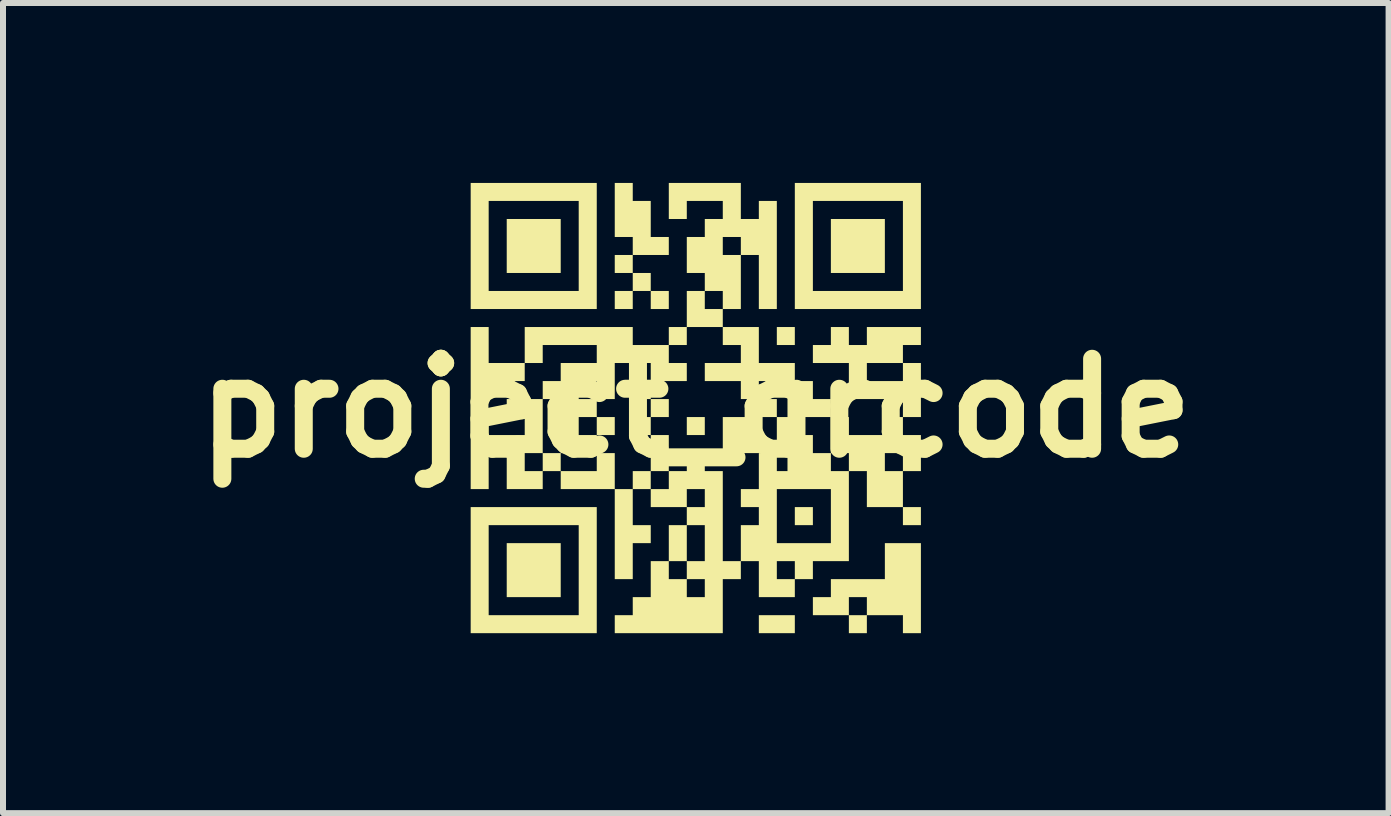
<source format=kicad_pcb>
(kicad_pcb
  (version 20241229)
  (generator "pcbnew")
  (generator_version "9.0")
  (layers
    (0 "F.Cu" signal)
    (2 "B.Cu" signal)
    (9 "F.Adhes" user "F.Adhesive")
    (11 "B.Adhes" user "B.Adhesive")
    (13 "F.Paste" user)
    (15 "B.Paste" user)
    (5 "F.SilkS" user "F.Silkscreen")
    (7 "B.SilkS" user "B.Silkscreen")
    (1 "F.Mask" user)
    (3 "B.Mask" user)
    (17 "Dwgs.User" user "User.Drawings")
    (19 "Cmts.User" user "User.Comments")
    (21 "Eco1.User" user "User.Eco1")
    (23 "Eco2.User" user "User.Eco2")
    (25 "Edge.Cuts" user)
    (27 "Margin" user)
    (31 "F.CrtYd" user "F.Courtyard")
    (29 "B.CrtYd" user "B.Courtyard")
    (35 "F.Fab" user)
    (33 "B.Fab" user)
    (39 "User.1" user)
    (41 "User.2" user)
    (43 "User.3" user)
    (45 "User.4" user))
  (footprint "project_qrcode"
    (layer "F.Cu")
    (at 8.55 3.753)
    (property "Reference" "project_qrcode" (at 0 0 0) (layer "F.SilkS") (effects (font (size 1.5 1.5) (thickness 0.3))))
    (attr board_only exclude_from_pos_files exclude_from_bom)
    (fp_poly (pts (xy -2.252 -2.702) (xy -2.252 -2.252) (xy -2.702 -2.252) (xy -3.152 -2.252) (xy -3.152 -2.702) (xy -3.152 -3.152) (xy -2.702 -3.152) (xy -2.252 -3.152)) (stroke (width 0) (type solid)) (fill yes) (layer "F.SilkS"))
    (fp_poly (pts (xy -2.252 2.702) (xy -2.252 3.152) (xy -2.702 3.152) (xy -3.152 3.152) (xy -3.152 2.702) (xy -3.152 2.252) (xy -2.702 2.252) (xy -2.252 2.252)) (stroke (width 0) (type solid)) (fill yes) (layer "F.SilkS"))
    (fp_poly (pts (xy -1.351 0.3) (xy -1.351 0.45) (xy -1.501 0.45) (xy -1.651 0.45) (xy -1.651 0.3) (xy -1.651 0.15) (xy -1.501 0.15) (xy -1.351 0.15)) (stroke (width 0) (type solid)) (fill yes) (layer "F.SilkS"))
    (fp_poly (pts (xy -0.751 -0.3) (xy -0.751 -0.15) (xy -0.901 -0.15) (xy -1.051 -0.15) (xy -1.051 -0.3) (xy -1.051 -0.45) (xy -0.901 -0.45) (xy -0.751 -0.45)) (stroke (width 0) (type solid)) (fill yes) (layer "F.SilkS"))
    (fp_poly (pts (xy -0.45 -1.801) (xy -0.45 -1.651) (xy -0.6 -1.651) (xy -0.751 -1.651) (xy -0.751 -1.801) (xy -0.751 -1.952) (xy -0.6 -1.952) (xy -0.45 -1.952)) (stroke (width 0) (type solid)) (fill yes) (layer "F.SilkS"))
    (fp_poly (pts (xy -0.45 0.751) (xy -0.45 1.051) (xy -0.6 1.051) (xy -0.751 1.051) (xy -0.751 0.751) (xy -0.751 0.45) (xy -0.6 0.45) (xy -0.45 0.45)) (stroke (width 0) (type solid)) (fill yes) (layer "F.SilkS"))
    (fp_poly (pts (xy 0.15 0.3) (xy 0.15 0.45) (xy 0 0.45) (xy -0.15 0.45) (xy -0.15 0.3) (xy -0.15 0.15) (xy 0 0.15) (xy 0.15 0.15)) (stroke (width 0) (type solid)) (fill yes) (layer "F.SilkS"))
    (fp_poly (pts (xy 1.651 -1.201) (xy 1.651 -1.051) (xy 1.501 -1.051) (xy 1.351 -1.051) (xy 1.351 -1.201) (xy 1.351 -1.351) (xy 1.501 -1.351) (xy 1.651 -1.351)) (stroke (width 0) (type solid)) (fill yes) (layer "F.SilkS"))
    (fp_poly (pts (xy 1.651 3.603) (xy 1.651 3.753) (xy 1.351 3.753) (xy 1.051 3.753) (xy 1.051 3.603) (xy 1.051 3.453) (xy 1.351 3.453) (xy 1.651 3.453)) (stroke (width 0) (type solid)) (fill yes) (layer "F.SilkS"))
    (fp_poly (pts (xy 1.952 1.801) (xy 1.952 1.952) (xy 1.801 1.952) (xy 1.651 1.952) (xy 1.651 1.801) (xy 1.651 1.651) (xy 1.801 1.651) (xy 1.952 1.651)) (stroke (width 0) (type solid)) (fill yes) (layer "F.SilkS"))
    (fp_poly (pts (xy 3.152 -2.702) (xy 3.152 -2.252) (xy 2.702 -2.252) (xy 2.252 -2.252) (xy 2.252 -2.702) (xy 2.252 -3.152) (xy 2.702 -3.152) (xy 3.152 -3.152)) (stroke (width 0) (type solid)) (fill yes) (layer "F.SilkS"))
    (fp_poly (pts (xy 3.753 1.801) (xy 3.753 1.952) (xy 3.603 1.952) (xy 3.453 1.952) (xy 3.453 1.801) (xy 3.453 1.651) (xy 3.603 1.651) (xy 3.753 1.651)) (stroke (width 0) (type solid)) (fill yes) (layer "F.SilkS"))
    (fp_poly (pts (xy -0.751 -2.102) (xy -0.751 -1.952) (xy -0.901 -1.952) (xy -1.051 -1.952) (xy -1.051 -1.801) (xy -1.051 -1.651) (xy -1.201 -1.651) (xy -1.351 -1.651) (xy -1.351 -1.801) (xy -1.351 -1.952) (xy -1.201 -1.952) (xy -1.051 -1.952) (xy -1.051 -2.102) (xy -1.051 -2.252) (xy -0.901 -2.252) (xy -0.751 -2.252)) (stroke (width 0) (type solid)) (fill yes) (layer "F.SilkS"))
    (fp_poly (pts (xy -0.45 0) (xy -0.45 0.15) (xy -0.6 0.15) (xy -0.751 0.15) (xy -0.751 0.3) (xy -0.751 0.45) (xy -0.901 0.45) (xy -1.051 0.45) (xy -1.051 0.3) (xy -1.051 0.15) (xy -0.901 0.15) (xy -0.751 0.15) (xy -0.751 0) (xy -0.751 -0.15) (xy -0.6 -0.15) (xy -0.45 -0.15)) (stroke (width 0) (type solid)) (fill yes) (layer "F.SilkS"))
    (fp_poly (pts (xy 1.351 0) (xy 1.351 0.15) (xy 1.201 0.15) (xy 1.051 0.15) (xy 1.051 0.45) (xy 1.051 0.751) (xy 0.751 0.751) (xy 0.45 0.751) (xy 0.45 0.45) (xy 0.45 0.15) (xy 0.751 0.15) (xy 1.051 0.15) (xy 1.051 0) (xy 1.051 -0.15) (xy 1.201 -0.15) (xy 1.351 -0.15)) (stroke (width 0) (type solid)) (fill yes) (layer "F.SilkS"))
    (fp_poly (pts (xy -1.651 -2.702) (xy -1.651 -1.651) (xy -2.702 -1.651) (xy -3.753 -1.651) (xy -3.753 -2.702) (xy -3.453 -2.702) (xy -3.453 -1.952) (xy -2.702 -1.952) (xy -1.952 -1.952) (xy -1.952 -2.702) (xy -1.952 -3.453) (xy -2.702 -3.453) (xy -3.453 -3.453) (xy -3.453 -2.702) (xy -3.753 -2.702) (xy -3.753 -3.753) (xy -2.702 -3.753) (xy -1.651 -3.753)) (stroke (width 0) (type solid)) (fill yes) (layer "F.SilkS"))
    (fp_poly (pts (xy -1.651 2.702) (xy -1.651 3.753) (xy -2.702 3.753) (xy -3.753 3.753) (xy -3.753 2.702) (xy -3.453 2.702) (xy -3.453 3.453) (xy -2.702 3.453) (xy -1.952 3.453) (xy -1.952 2.702) (xy -1.952 1.952) (xy -2.702 1.952) (xy -3.453 1.952) (xy -3.453 2.702) (xy -3.753 2.702) (xy -3.753 1.651) (xy -2.702 1.651) (xy -1.651 1.651)) (stroke (width 0) (type solid)) (fill yes) (layer "F.SilkS"))
    (fp_poly (pts (xy 3.753 -2.702) (xy 3.753 -1.651) (xy 2.702 -1.651) (xy 1.651 -1.651) (xy 1.651 -2.702) (xy 1.952 -2.702) (xy 1.952 -1.952) (xy 2.702 -1.952) (xy 3.453 -1.952) (xy 3.453 -2.702) (xy 3.453 -3.453) (xy 2.702 -3.453) (xy 1.952 -3.453) (xy 1.952 -2.702) (xy 1.651 -2.702) (xy 1.651 -3.753) (xy 2.702 -3.753) (xy 3.753 -3.753)) (stroke (width 0) (type solid)) (fill yes) (layer "F.SilkS"))
    (fp_poly (pts (xy -1.051 -3.603) (xy -1.051 -3.453) (xy -0.901 -3.453) (xy -0.751 -3.453) (xy -0.751 -3.152) (xy -0.751 -2.852) (xy -0.6 -2.852) (xy -0.45 -2.852) (xy -0.45 -2.702) (xy -0.45 -2.552) (xy -0.751 -2.552) (xy -1.051 -2.552) (xy -1.051 -2.402) (xy -1.051 -2.252) (xy -1.201 -2.252) (xy -1.351 -2.252) (xy -1.351 -2.402) (xy -1.351 -2.552) (xy -1.201 -2.552) (xy -1.051 -2.552) (xy -1.051 -2.702) (xy -1.051 -2.852) (xy -1.201 -2.852) (xy -1.351 -2.852) (xy -1.351 -3.303) (xy -1.351 -3.753) (xy -1.201 -3.753) (xy -1.051 -3.753)) (stroke (width 0) (type solid)) (fill yes) (layer "F.SilkS"))
    (fp_poly (pts (xy 0.751 -1.351) (xy 1.051 -1.351) (xy 1.051 -1.051) (xy 1.051 -0.751) (xy 1.351 -0.751) (xy 1.651 -0.751) (xy 1.651 -0.6) (xy 1.651 -0.45) (xy 1.351 -0.45) (xy 1.051 -0.45) (xy 1.051 -0.3) (xy 1.051 -0.15) (xy 0.901 -0.15) (xy 0.751 -0.15) (xy 0.751 -0.3) (xy 0.751 -0.45) (xy 0.45 -0.45) (xy 0.15 -0.45) (xy 0.15 -0.6) (xy 0.15 -0.751) (xy 0.45 -0.751) (xy 0.751 -0.751) (xy 0.751 -0.901) (xy 0.751 -1.051) (xy 0.6 -1.051) (xy 0.45 -1.051) (xy 0.45 -1.201) (xy 0.45 -1.351)) (stroke (width 0) (type solid)) (fill yes) (layer "F.SilkS"))
    (fp_poly (pts (xy 3.753 3.002) (xy 3.753 3.753) (xy 3.603 3.753) (xy 3.453 3.753) (xy 3.453 3.603) (xy 3.453 3.453) (xy 3.152 3.453) (xy 2.852 3.453) (xy 2.852 3.603) (xy 2.852 3.753) (xy 2.702 3.753) (xy 2.552 3.753) (xy 2.552 3.603) (xy 2.552 3.453) (xy 2.252 3.453) (xy 1.952 3.453) (xy 1.952 3.303) (xy 2.552 3.303) (xy 2.552 3.453) (xy 2.702 3.453) (xy 2.852 3.453) (xy 2.852 3.303) (xy 2.852 3.152) (xy 2.702 3.152) (xy 2.552 3.152) (xy 2.552 3.303) (xy 1.952 3.303) (xy 1.952 3.152) (xy 2.102 3.152) (xy 2.252 3.152) (xy 2.252 3.002) (xy 2.252 2.852) (xy 2.702 2.852) (xy 3.152 2.852) (xy 3.152 2.552) (xy 3.152 2.252) (xy 3.453 2.252) (xy 3.753 2.252)) (stroke (width 0) (type solid)) (fill yes) (layer "F.SilkS"))
    (fp_poly (pts (xy 0.751 -3.453) (xy 0.751 -3.152) (xy 0.901 -3.152) (xy 1.051 -3.152) (xy 1.051 -3.303) (xy 1.051 -3.453) (xy 1.201 -3.453) (xy 1.351 -3.453) (xy 1.351 -2.552) (xy 1.351 -1.651) (xy 1.201 -1.651) (xy 1.051 -1.651) (xy 1.051 -2.102) (xy 1.051 -2.552) (xy 0.901 -2.552) (xy 0.751 -2.552) (xy 0.751 -2.102) (xy 0.751 -1.651) (xy 0.6 -1.651) (xy 0.45 -1.651) (xy 0.45 -1.501) (xy 0.45 -1.351) (xy 0.15 -1.351) (xy -0.15 -1.351) (xy -0.15 -1.201) (xy -0.15 -1.051) (xy -0.3 -1.051) (xy -0.45 -1.051) (xy -0.45 -0.901) (xy -0.45 -0.751) (xy -0.3 -0.751) (xy -0.15 -0.751) (xy -0.15 -0.6) (xy -0.15 -0.45) (xy -0.45 -0.45) (xy -0.751 -0.45) (xy -0.751 -0.6) (xy -0.751 -0.751) (xy -1.051 -0.751) (xy -1.351 -0.751) (xy -1.351 -0.45) (xy -1.351 -0.15) (xy -1.501 -0.15) (xy -1.651 -0.15) (xy -1.651 -0.3) (xy -1.651 -0.45) (xy -1.801 -0.45) (xy -1.952 -0.45) (xy -1.952 -0.3) (xy -1.952 -0.15) (xy -1.801 -0.15) (xy -1.651 -0.15) (xy -1.651 0) (xy -1.651 0.15) (xy -1.801 0.15) (xy -1.952 0.15) (xy -1.952 0.3) (xy -1.952 0.45) (xy -1.801 0.45) (xy -1.651 0.45) (xy -1.651 0.6) (xy -1.651 0.751) (xy -1.952 0.751) (xy -2.252 0.751) (xy -2.252 0.3) (xy -2.252 -0.15) (xy -2.402 -0.15) (xy -2.552 -0.15) (xy -2.552 0.3) (xy -2.552 0.751) (xy -2.702 0.751) (xy -2.852 0.751) (xy -2.852 0.901) (xy -2.852 1.051) (xy -2.702 1.051) (xy -2.552 1.051) (xy -2.552 0.901) (xy -2.552 0.751) (xy -2.402 0.751) (xy -2.252 0.751) (xy -2.252 0.901) (xy -2.252 1.051) (xy -1.952 1.051) (xy -1.651 1.051) (xy -1.651 0.901) (xy -1.651 0.751) (xy -1.501 0.751) (xy -1.351 0.751) (xy -1.351 1.051) (xy -1.351 1.351) (xy -1.201 1.351) (xy -1.051 1.351) (xy -1.051 1.201) (xy -1.051 1.051) (xy -0.901 1.051) (xy -0.751 1.051) (xy -0.751 1.201) (xy -0.751 1.351) (xy -0.6 1.351) (xy -0.45 1.351) (xy -0.45 1.201) (xy -0.45 1.051) (xy -0.3 1.051) (xy -0.15 1.051) (xy -0.15 0.901) (xy -0.15 0.751) (xy 0 0.751) (xy 0.15 0.751) (xy 0.15 0.901) (xy 0.15 1.051) (xy 0.3 1.051) (xy 0.45 1.051) (xy 0.45 1.801) (xy 0.45 2.552) (xy 0.6 2.552) (xy 0.751 2.552) (xy 0.751 2.252) (xy 0.751 1.952) (xy 0.901 1.952) (xy 1.051 1.952) (xy 1.051 1.801) (xy 1.351 1.801) (xy 1.351 2.252) (xy 1.801 2.252) (xy 2.252 2.252) (xy 2.252 1.801) (xy 2.252 1.351) (xy 1.801 1.351) (xy 1.351 1.351) (xy 1.351 1.801) (xy 1.051 1.801) (xy 1.051 1.651) (xy 0.901 1.651) (xy 0.751 1.651) (xy 0.751 1.501) (xy 0.751 1.351) (xy 0.901 1.351) (xy 1.051 1.351) (xy 1.051 1.051) (xy 1.051 0.901) (xy 1.351 0.901) (xy 1.351 1.051) (xy 1.501 1.051) (xy 1.651 1.051) (xy 1.651 0.901) (xy 2.252 0.901) (xy 2.252 1.051) (xy 2.402 1.051) (xy 2.552 1.051) (xy 2.552 0.901) (xy 3.152 0.901) (xy 3.152 1.051) (xy 3.303 1.051) (xy 3.453 1.051) (xy 3.453 0.901) (xy 3.453 0.751) (xy 3.303 0.751) (xy 3.152 0.751) (xy 3.152 0.901) (xy 2.552 0.901) (xy 2.552 0.751) (xy 2.402 0.751) (xy 2.252 0.751) (xy 2.252 0.901) (xy 1.651 0.901) (xy 1.651 0.751) (xy 1.501 0.751) (xy 1.351 0.751) (xy 1.351 0.901) (xy 1.051 0.901) (xy 1.051 0.751) (xy 1.201 0.751) (xy 1.351 0.751) (xy 1.351 0.45) (xy 1.351 0.15) (xy 1.501 0.15) (xy 1.651 0.15) (xy 1.651 -0.15) (xy 1.651 -0.45) (xy 1.801 -0.45) (xy 1.952 -0.45) (xy 1.952 -0.3) (xy 1.952 -0.15) (xy 2.102 -0.15) (xy 2.252 -0.15) (xy 2.252 0) (xy 2.252 0.15) (xy 1.952 0.15) (xy 1.651 0.15) (xy 1.651 0.3) (xy 1.651 0.45) (xy 1.801 0.45) (xy 1.952 0.45) (xy 1.952 0.6) (xy 1.952 0.751) (xy 2.102 0.751) (xy 2.252 0.751) (xy 2.252 0.45) (xy 2.252 0.15) (xy 2.402 0.15) (xy 2.552 0.15) (xy 2.552 0.3) (xy 2.552 0.45) (xy 2.852 0.45) (xy 3.152 0.45) (xy 3.152 0.3) (xy 3.152 0.15) (xy 3.303 0.15) (xy 3.453 0.15) (xy 3.453 0) (xy 3.453 -0.15) (xy 3.002 -0.15) (xy 2.552 -0.15) (xy 2.552 -0.45) (xy 2.552 -0.751) (xy 2.252 -0.751) (xy 1.952 -0.751) (xy 1.952 -0.901) (xy 1.952 -1.051) (xy 2.102 -1.051) (xy 2.252 -1.051) (xy 2.252 -1.201) (xy 2.252 -1.351) (xy 2.402 -1.351) (xy 2.552 -1.351) (xy 2.552 -1.201) (xy 2.552 -1.051) (xy 2.702 -1.051) (xy 2.852 -1.051) (xy 2.852 -1.201) (xy 2.852 -1.351) (xy 3.303 -1.351) (xy 3.753 -1.351) (xy 3.753 -1.201) (xy 3.753 -1.051) (xy 3.603 -1.051) (xy 3.453 -1.051) (xy 3.453 -0.901) (xy 3.453 -0.751) (xy 3.152 -0.751) (xy 2.852 -0.751) (xy 2.852 -0.6) (xy 2.852 -0.45) (xy 3.152 -0.45) (xy 3.453 -0.45) (xy 3.453 -0.6) (xy 3.453 -0.751) (xy 3.603 -0.751) (xy 3.753 -0.751) (xy 3.753 -0.3) (xy 3.753 0.15) (xy 3.603 0.15) (xy 3.453 0.15) (xy 3.453 0.3) (xy 3.453 0.45) (xy 3.603 0.45) (xy 3.753 0.45) (xy 3.753 0.751) (xy 3.753 1.051) (xy 3.603 1.051) (xy 3.453 1.051) (xy 3.453 1.351) (xy 3.453 1.651) (xy 3.152 1.651) (xy 2.852 1.651) (xy 2.852 1.351) (xy 2.852 1.051) (xy 2.702 1.051) (xy 2.552 1.051) (xy 2.552 1.801) (xy 2.552 2.552) (xy 2.252 2.552) (xy 1.952 2.552) (xy 1.952 2.702) (xy 1.952 2.852) (xy 1.801 2.852) (xy 1.651 2.852) (xy 1.651 3.002) (xy 1.651 3.152) (xy 1.351 3.152) (xy 1.051 3.152) (xy 1.051 2.852) (xy 1.051 2.702) (xy 1.351 2.702) (xy 1.351 2.852) (xy 1.501 2.852) (xy 1.651 2.852) (xy 1.651 2.702) (xy 1.651 2.552) (xy 1.501 2.552) (xy 1.351 2.552) (xy 1.351 2.702) (xy 1.051 2.702) (xy 1.051 2.552) (xy 0.901 2.552) (xy 0.751 2.552) (xy 0.751 2.702) (xy 0.751 2.852) (xy 0.6 2.852) (xy 0.45 2.852) (xy 0.45 3.303) (xy 0.45 3.753) (xy -0.45 3.753) (xy -1.351 3.753) (xy -1.351 3.603) (xy -1.351 3.453) (xy -1.201 3.453) (xy -1.051 3.453) (xy -1.051 3.303) (xy -1.051 3.152) (xy -0.901 3.152) (xy -0.751 3.152) (xy -0.751 3.002) (xy -0.15 3.002) (xy -0.15 3.152) (xy 0 3.152) (xy 0.15 3.152) (xy 0.15 3.002) (xy 0.15 2.852) (xy 0 2.852) (xy -0.15 2.852) (xy -0.15 3.002) (xy -0.751 3.002) (xy -0.751 2.852) (xy -0.751 2.552) (xy -0.6 2.552) (xy -0.45 2.552) (xy -0.45 2.702) (xy -0.45 2.852) (xy -0.3 2.852) (xy -0.15 2.852) (xy -0.15 2.702) (xy -0.15 2.552) (xy 0 2.552) (xy 0.15 2.552) (xy 0.15 2.252) (xy 0.15 1.952) (xy 0 1.952) (xy -0.15 1.952) (xy -0.15 2.252) (xy -0.15 2.552) (xy -0.3 2.552) (xy -0.45 2.552) (xy -0.45 2.252) (xy -0.45 1.952) (xy -0.3 1.952) (xy -0.15 1.952) (xy -0.15 1.801) (xy -0.15 1.651) (xy -0.45 1.651) (xy -0.751 1.651) (xy -0.751 1.501) (xy -0.15 1.501) (xy -0.15 1.651) (xy 0 1.651) (xy 0.15 1.651) (xy 0.15 1.501) (xy 0.15 1.351) (xy 0 1.351) (xy -0.15 1.351) (xy -0.15 1.501) (xy -0.751 1.501) (xy -0.751 1.351) (xy -0.901 1.351) (xy -1.051 1.351) (xy -1.051 1.651) (xy -1.051 1.952) (xy -0.901 1.952) (xy -0.751 1.952) (xy -0.751 2.102) (xy -0.751 2.252) (xy -0.901 2.252) (xy -1.051 2.252) (xy -1.051 2.552) (xy -1.051 2.852) (xy -1.201 2.852) (xy -1.351 2.852) (xy -1.351 2.102) (xy -1.351 1.351) (xy -1.801 1.351) (xy -2.252 1.351) (xy -2.252 1.201) (xy -2.252 1.051) (xy -2.402 1.051) (xy -2.552 1.051) (xy -2.552 1.201) (xy -2.552 1.351) (xy -2.852 1.351) (xy -3.152 1.351) (xy -3.152 1.051) (xy -3.152 0.751) (xy -3.303 0.751) (xy -3.453 0.751) (xy -3.453 1.051) (xy -3.453 1.351) (xy -3.603 1.351) (xy -3.753 1.351) (xy -3.753 0.751) (xy -3.753 0.15) (xy -3.603 0.15) (xy -3.453 0.15) (xy -3.453 0.3) (xy -3.453 0.45) (xy -3.152 0.45) (xy -2.852 0.45) (xy -2.852 0.3) (xy -2.852 0.15) (xy -3.002 0.15) (xy -3.152 0.15) (xy -3.152 0) (xy -3.152 -0.15) (xy -2.852 -0.15) (xy -2.552 -0.15) (xy -2.552 -0.3) (xy -2.552 -0.45) (xy -2.402 -0.45) (xy -2.252 -0.45) (xy -2.252 -0.6) (xy -2.252 -0.751) (xy -1.952 -0.751) (xy -1.651 -0.751) (xy -1.651 -0.901) (xy -1.651 -1.051) (xy -2.102 -1.051) (xy -2.552 -1.051) (xy -2.552 -0.901) (xy -2.552 -0.751) (xy -2.702 -0.751) (xy -2.852 -0.751) (xy -2.852 -0.6) (xy -2.852 -0.45) (xy -3.152 -0.45) (xy -3.453 -0.45) (xy -3.453 -0.3) (xy -3.453 -0.15) (xy -3.603 -0.15) (xy -3.753 -0.15) (xy -3.753 -0.751) (xy -3.753 -1.351) (xy -3.603 -1.351) (xy -3.453 -1.351) (xy -3.453 -1.051) (xy -3.453 -0.751) (xy -3.152 -0.751) (xy -2.852 -0.751) (xy -2.852 -1.051) (xy -2.852 -1.351) (xy -1.952 -1.351) (xy -1.051 -1.351) (xy -1.051 -1.201) (xy -1.051 -1.051) (xy -0.751 -1.051) (xy -0.45 -1.051) (xy -0.45 -1.201) (xy -0.45 -1.351) (xy -0.3 -1.351) (xy -0.15 -1.351) (xy -0.15 -1.651) (xy -0.15 -1.801) (xy 0.15 -1.801) (xy 0.15 -1.651) (xy 0.3 -1.651) (xy 0.45 -1.651) (xy 0.45 -1.801) (xy 0.45 -1.952) (xy 0.3 -1.952) (xy 0.15 -1.952) (xy 0.15 -1.801) (xy -0.15 -1.801) (xy -0.15 -1.952) (xy 0 -1.952) (xy 0.15 -1.952) (xy 0.15 -2.102) (xy 0.15 -2.252) (xy 0 -2.252) (xy -0.15 -2.252) (xy -0.15 -2.552) (xy -0.15 -2.702) (xy 0.45 -2.702) (xy 0.45 -2.552) (xy 0.6 -2.552) (xy 0.751 -2.552) (xy 0.751 -2.702) (xy 0.751 -2.852) (xy 0.6 -2.852) (xy 0.45 -2.852) (xy 0.45 -2.702) (xy -0.15 -2.702) (xy -0.15 -2.852) (xy 0 -2.852) (xy 0.15 -2.852) (xy 0.15 -3.002) (xy 0.15 -3.152) (xy 0.3 -3.152) (xy 0.45 -3.152) (xy 0.45 -3.303) (xy 0.45 -3.453) (xy 0.15 -3.453) (xy -0.15 -3.453) (xy -0.15 -3.303) (xy -0.15 -3.152) (xy -0.3 -3.152) (xy -0.45 -3.152) (xy -0.45 -3.453) (xy -0.45 -3.753) (xy 0.15 -3.753) (xy 0.751 -3.753)) (stroke (width 0) (type solid)) (fill yes) (layer "F.SilkS")))
  (gr_rect
    (start -3 -3)
    (end 20.1 10.506)
    (stroke (width 0.1) (type default))
    (fill no)
    (layer "Edge.Cuts")))
</source>
